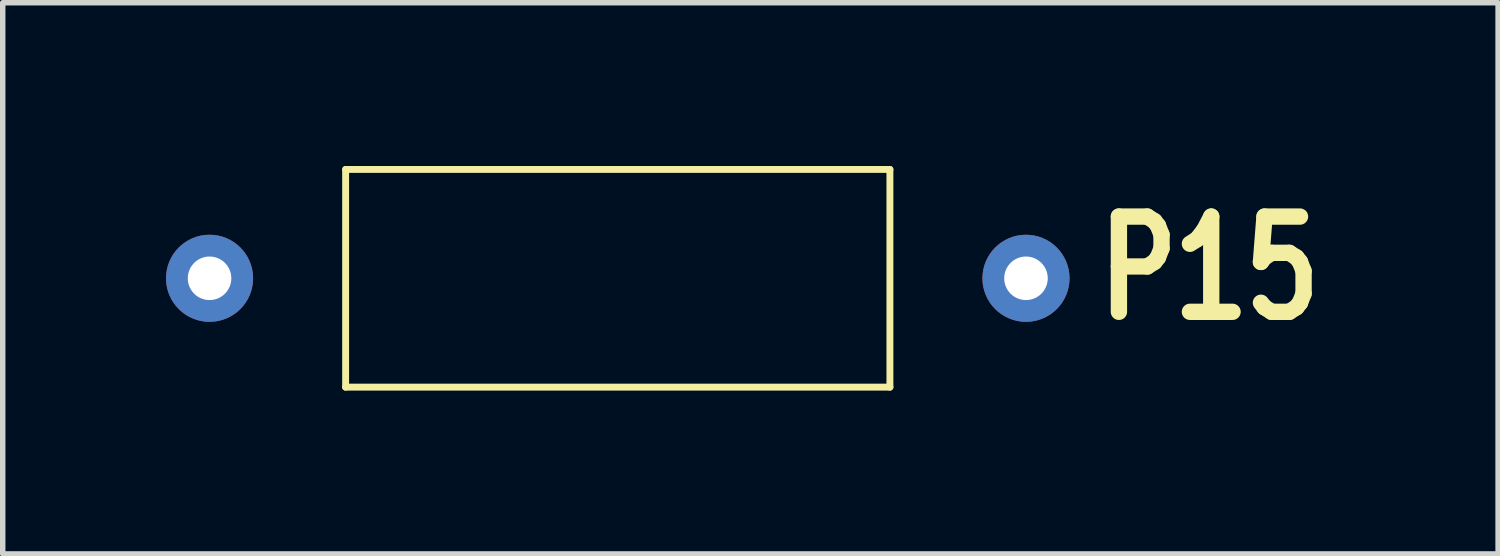
<source format=kicad_pcb>
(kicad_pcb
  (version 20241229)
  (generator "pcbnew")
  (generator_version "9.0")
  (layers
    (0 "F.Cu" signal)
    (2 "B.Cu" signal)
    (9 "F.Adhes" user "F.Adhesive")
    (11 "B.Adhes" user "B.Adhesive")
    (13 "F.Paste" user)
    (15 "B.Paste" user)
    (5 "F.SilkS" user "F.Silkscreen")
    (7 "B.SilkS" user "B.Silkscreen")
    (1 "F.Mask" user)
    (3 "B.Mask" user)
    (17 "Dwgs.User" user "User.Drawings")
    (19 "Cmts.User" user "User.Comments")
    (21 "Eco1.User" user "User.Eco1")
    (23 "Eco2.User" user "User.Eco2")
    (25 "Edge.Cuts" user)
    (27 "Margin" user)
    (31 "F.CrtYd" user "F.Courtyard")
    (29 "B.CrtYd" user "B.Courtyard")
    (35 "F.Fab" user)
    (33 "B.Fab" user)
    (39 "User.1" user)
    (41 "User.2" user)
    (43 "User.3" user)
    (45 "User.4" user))
  (footprint "P15"
    (layer "F.Cu")
    (at 8.3 2.063)
    (property "Reference" "P15" (at 10.871 -0.178 0) (layer "F.SilkS") (effects (font (size 1.75 1.37) (thickness 0.3))))
    (attr through_hole)
    (fp_line (start -5 -2) (end 5 -2) (stroke (width 0.127) (type solid)) (layer "F.SilkS"))
    (fp_line (start -5 2) (end -5 -2) (stroke (width 0.127) (type solid)) (layer "F.SilkS"))
    (fp_line (start 5 -2) (end 5 2) (stroke (width 0.127) (type solid)) (layer "F.SilkS"))
    (fp_line (start 5 2) (end -5 2) (stroke (width 0.127) (type solid)) (layer "F.SilkS"))
    (pad "1" thru_hole circle (at -7.5 0) (size 1.6 1.6) (drill 0.8) (layers "*.Cu" "*.Mask"))
    (pad "2" thru_hole circle (at 7.5 0) (size 1.6 1.6) (drill 0.8) (layers "*.Cu" "*.Mask")))
  (gr_rect
    (start -3 -3)
    (end 24.474 7.127)
    (stroke (width 0.1) (type default))
    (fill no)
    (layer "Edge.Cuts")))
</source>
